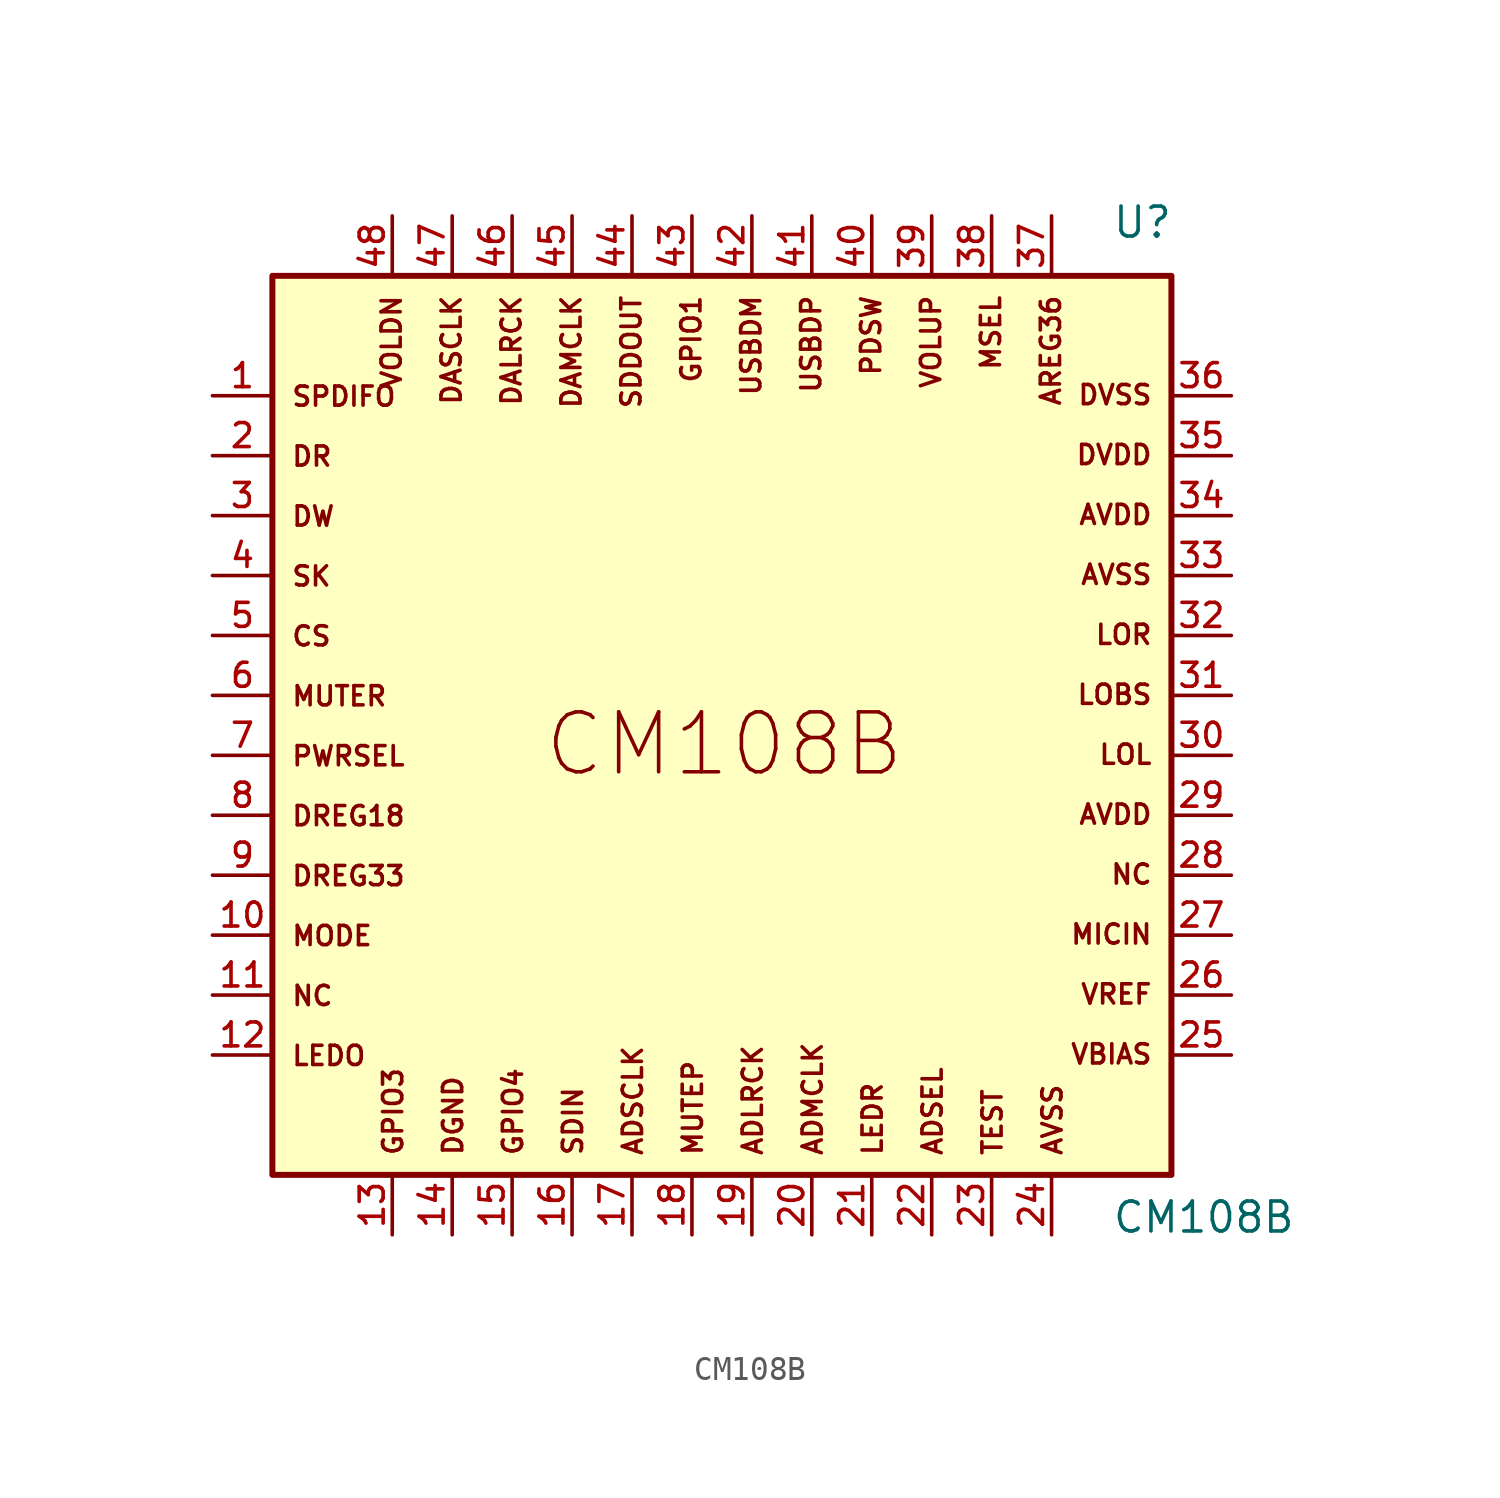
<source format=kicad_sym>
(kicad_symbol_lib
  (version 20211014)
  (generator kicad_symbol_editor)
  (symbol "CM108B"
    (pin_names
      (offset 1.016))
    (property "Reference" "U"
      (at 17.78 21.844 0)
      (effects (font (size 1.27 1.27)) (justify bottom left)))
    (property "Value" "CM108B"
      (at 17.78 -20.32 0)
      (effects (font (size 1.27 1.27)) (justify bottom left)))
    (symbol "CM108B_0_0"
      (text "SPDIFO" (at -17.018 14.732 0) (effects (font (size 0.813 0.813)) (justify bottom left)))
      (text "DR" (at -17.018 12.192 0) (effects (font (size 0.813 0.813)) (justify bottom left)))
      (text "DW" (at -17.018 9.652 0) (effects (font (size 0.813 0.813)) (justify bottom left)))
      (text "SK" (at -17.018 7.112 0) (effects (font (size 0.813 0.813)) (justify bottom left)))
      (text "CS" (at -17.018 4.572 0) (effects (font (size 0.813 0.813)) (justify bottom left)))
      (text "MUTER" (at -17.018 2.032 0) (effects (font (size 0.813 0.813)) (justify bottom left)))
      (text "PWRSEL" (at -17.018 -0.508 0) (effects (font (size 0.813 0.813)) (justify bottom left)))
      (text "DREG18" (at -17.018 -3.048 0) (effects (font (size 0.813 0.813)) (justify bottom left)))
      (text "DREG33" (at -17.018 -5.588 0) (effects (font (size 0.813 0.813)) (justify bottom left)))
      (text "MODE" (at -17.018 -8.128 0) (effects (font (size 0.813 0.813)) (justify bottom left)))
      (text "NC" (at -17.018 -10.668 0) (effects (font (size 0.813 0.813)) (justify bottom left)))
      (text "LEDO" (at -17.018 -13.208 0) (effects (font (size 0.813 0.813)) (justify bottom left)))
      (text "AVSS" (at 19.558 8.128 0) (effects (font (size 0.813 0.813)) (justify top right)))
      (text "AVDD" (at 19.558 10.668 0) (effects (font (size 0.813 0.813)) (justify top right)))
      (text "DVDD" (at 19.558 13.208 0) (effects (font (size 0.813 0.813)) (justify top right)))
      (text "DVSS" (at 19.558 15.748 0) (effects (font (size 0.813 0.813)) (justify top right)))
      (text "LOL" (at 19.558 0.508 0) (effects (font (size 0.813 0.813)) (justify top right)))
      (text "LOBS" (at 19.558 3.048 0) (effects (font (size 0.813 0.813)) (justify top right)))
      (text "LOR" (at 19.558 5.588 0) (effects (font (size 0.813 0.813)) (justify top right)))
      (text "VREF" (at 19.558 -9.652 0) (effects (font (size 0.813 0.813)) (justify top right)))
      (text "MICIN" (at 19.558 -7.112 0) (effects (font (size 0.813 0.813)) (justify top right)))
      (text "NC" (at 19.558 -4.572 0) (effects (font (size 0.813 0.813)) (justify top right)))
      (text "AVDD" (at 19.558 -2.032 0) (effects (font (size 0.813 0.813)) (justify top right)))
      (text "VBIAS" (at 19.558 -12.192 0) (effects (font (size 0.813 0.813)) (justify top right)))
      (text "DALRCK" (at -8.128 19.558 900) (effects (font (size 0.813 0.813)) (justify top right)))
      (text "DASCLK" (at -10.668 19.558 900) (effects (font (size 0.813 0.813)) (justify top right)))
      (text "SDDOUT" (at -3.048 19.558 900) (effects (font (size 0.813 0.813)) (justify top right)))
      (text "VOLDN" (at -13.208 19.558 900) (effects (font (size 0.813 0.813)) (justify top right)))
      (text "USBDM" (at 2.032 19.558 900) (effects (font (size 0.813 0.813)) (justify top right)))
      (text "GPIO1" (at -0.508 19.558 900) (effects (font (size 0.813 0.813)) (justify top right)))
      (text "DAMCLK" (at -5.588 19.558 900) (effects (font (size 0.813 0.813)) (justify top right)))
      (text "MSEL" (at 12.192 19.558 900) (effects (font (size 0.813 0.813)) (justify top right)))
      (text "VOLUP" (at 9.652 19.558 900) (effects (font (size 0.813 0.813)) (justify top right)))
      (text "PDSW" (at 7.112 19.558 900) (effects (font (size 0.813 0.813)) (justify top right)))
      (text "USBDP" (at 4.572 19.558 900) (effects (font (size 0.813 0.813)) (justify top right)))
      (text "AREG36" (at 14.732 19.558 900) (effects (font (size 0.813 0.813)) (justify top right)))
      (text "LEDR" (at 8.128 -17.018 900) (effects (font (size 0.813 0.813)) (justify bottom left)))
      (text "ADSEL" (at 10.668 -17.018 900) (effects (font (size 0.813 0.813)) (justify bottom left)))
      (text "TEST" (at 13.208 -17.018 900) (effects (font (size 0.813 0.813)) (justify bottom left)))
      (text "AVSS" (at 15.748 -17.018 900) (effects (font (size 0.813 0.813)) (justify bottom left)))
      (text "ADSCLK" (at -2.032 -17.018 900) (effects (font (size 0.813 0.813)) (justify bottom left)))
      (text "MUTEP" (at 0.508 -17.018 900) (effects (font (size 0.813 0.813)) (justify bottom left)))
      (text "ADLRCK" (at 3.048 -17.018 900) (effects (font (size 0.813 0.813)) (justify bottom left)))
      (text "ADMCLK" (at 5.588 -17.018 900) (effects (font (size 0.813 0.813)) (justify bottom left)))
      (text "DGND" (at -9.652 -17.018 900) (effects (font (size 0.813 0.813)) (justify bottom left)))
      (text "GPIO4" (at -7.112 -17.018 900) (effects (font (size 0.813 0.813)) (justify bottom left)))
      (text "SDIN" (at -4.572 -17.018 900) (effects (font (size 0.813 0.813)) (justify bottom left)))
      (text "GPIO3" (at -12.192 -17.018 900) (effects (font (size 0.813 0.813)) (justify bottom left)))
      (text "CM108B" (at -6.35 -1.016 0) (effects (font (size 2.54 2.54)) (justify bottom left)))
      (rectangle (start -17.78 -17.78) (end 20.32 20.32) (stroke (width 0.254)) (fill (type background)))
      (pin bidirectional line (at -20.32 15.24 0) (length 2.54) (name "~" (effects (font (size 1.016 1.016)))) (number "1" (effects (font (size 1.016 1.016)))))
      (pin bidirectional line (at -20.32 12.7 0) (length 2.54) (name "~" (effects (font (size 1.016 1.016)))) (number "2" (effects (font (size 1.016 1.016)))))
      (pin bidirectional line (at -20.32 10.16 0) (length 2.54) (name "~" (effects (font (size 1.016 1.016)))) (number "3" (effects (font (size 1.016 1.016)))))
      (pin bidirectional line (at -20.32 7.62 0) (length 2.54) (name "~" (effects (font (size 1.016 1.016)))) (number "4" (effects (font (size 1.016 1.016)))))
      (pin bidirectional line (at -20.32 5.08 0) (length 2.54) (name "~" (effects (font (size 1.016 1.016)))) (number "5" (effects (font (size 1.016 1.016)))))
      (pin bidirectional line (at -20.32 2.54 0) (length 2.54) (name "~" (effects (font (size 1.016 1.016)))) (number "6" (effects (font (size 1.016 1.016)))))
      (pin bidirectional line (at -20.32 0.0 0) (length 2.54) (name "~" (effects (font (size 1.016 1.016)))) (number "7" (effects (font (size 1.016 1.016)))))
      (pin bidirectional line (at -20.32 -2.54 0) (length 2.54) (name "~" (effects (font (size 1.016 1.016)))) (number "8" (effects (font (size 1.016 1.016)))))
      (pin bidirectional line (at -20.32 -5.08 0) (length 2.54) (name "~" (effects (font (size 1.016 1.016)))) (number "9" (effects (font (size 1.016 1.016)))))
      (pin bidirectional line (at -20.32 -7.62 0) (length 2.54) (name "~" (effects (font (size 1.016 1.016)))) (number "10" (effects (font (size 1.016 1.016)))))
      (pin bidirectional line (at -20.32 -10.16 0) (length 2.54) (name "~" (effects (font (size 1.016 1.016)))) (number "11" (effects (font (size 1.016 1.016)))))
      (pin bidirectional line (at -20.32 -12.7 0) (length 2.54) (name "~" (effects (font (size 1.016 1.016)))) (number "12" (effects (font (size 1.016 1.016)))))
      (pin bidirectional line (at -12.7 -20.32 90.0) (length 2.54) (name "~" (effects (font (size 1.016 1.016)))) (number "13" (effects (font (size 1.016 1.016)))))
      (pin bidirectional line (at -10.16 -20.32 90.0) (length 2.54) (name "~" (effects (font (size 1.016 1.016)))) (number "14" (effects (font (size 1.016 1.016)))))
      (pin bidirectional line (at -7.62 -20.32 90.0) (length 2.54) (name "~" (effects (font (size 1.016 1.016)))) (number "15" (effects (font (size 1.016 1.016)))))
      (pin bidirectional line (at -5.08 -20.32 90.0) (length 2.54) (name "~" (effects (font (size 1.016 1.016)))) (number "16" (effects (font (size 1.016 1.016)))))
      (pin bidirectional line (at -2.54 -20.32 90.0) (length 2.54) (name "~" (effects (font (size 1.016 1.016)))) (number "17" (effects (font (size 1.016 1.016)))))
      (pin bidirectional line (at 0.0 -20.32 90.0) (length 2.54) (name "~" (effects (font (size 1.016 1.016)))) (number "18" (effects (font (size 1.016 1.016)))))
      (pin bidirectional line (at 2.54 -20.32 90.0) (length 2.54) (name "~" (effects (font (size 1.016 1.016)))) (number "19" (effects (font (size 1.016 1.016)))))
      (pin bidirectional line (at 5.08 -20.32 90.0) (length 2.54) (name "~" (effects (font (size 1.016 1.016)))) (number "20" (effects (font (size 1.016 1.016)))))
      (pin bidirectional line (at 7.62 -20.32 90.0) (length 2.54) (name "~" (effects (font (size 1.016 1.016)))) (number "21" (effects (font (size 1.016 1.016)))))
      (pin bidirectional line (at 10.16 -20.32 90.0) (length 2.54) (name "~" (effects (font (size 1.016 1.016)))) (number "22" (effects (font (size 1.016 1.016)))))
      (pin bidirectional line (at 12.7 -20.32 90.0) (length 2.54) (name "~" (effects (font (size 1.016 1.016)))) (number "23" (effects (font (size 1.016 1.016)))))
      (pin bidirectional line (at 15.24 -20.32 90.0) (length 2.54) (name "~" (effects (font (size 1.016 1.016)))) (number "24" (effects (font (size 1.016 1.016)))))
      (pin bidirectional line (at 22.86 -12.7 180.0) (length 2.54) (name "~" (effects (font (size 1.016 1.016)))) (number "25" (effects (font (size 1.016 1.016)))))
      (pin bidirectional line (at 22.86 -10.16 180.0) (length 2.54) (name "~" (effects (font (size 1.016 1.016)))) (number "26" (effects (font (size 1.016 1.016)))))
      (pin bidirectional line (at 22.86 -7.62 180.0) (length 2.54) (name "~" (effects (font (size 1.016 1.016)))) (number "27" (effects (font (size 1.016 1.016)))))
      (pin bidirectional line (at 22.86 -5.08 180.0) (length 2.54) (name "~" (effects (font (size 1.016 1.016)))) (number "28" (effects (font (size 1.016 1.016)))))
      (pin bidirectional line (at 22.86 -2.54 180.0) (length 2.54) (name "~" (effects (font (size 1.016 1.016)))) (number "29" (effects (font (size 1.016 1.016)))))
      (pin bidirectional line (at 22.86 0.0 180.0) (length 2.54) (name "~" (effects (font (size 1.016 1.016)))) (number "30" (effects (font (size 1.016 1.016)))))
      (pin bidirectional line (at 22.86 2.54 180.0) (length 2.54) (name "~" (effects (font (size 1.016 1.016)))) (number "31" (effects (font (size 1.016 1.016)))))
      (pin bidirectional line (at 22.86 5.08 180.0) (length 2.54) (name "~" (effects (font (size 1.016 1.016)))) (number "32" (effects (font (size 1.016 1.016)))))
      (pin bidirectional line (at 22.86 7.62 180.0) (length 2.54) (name "~" (effects (font (size 1.016 1.016)))) (number "33" (effects (font (size 1.016 1.016)))))
      (pin bidirectional line (at 22.86 10.16 180.0) (length 2.54) (name "~" (effects (font (size 1.016 1.016)))) (number "34" (effects (font (size 1.016 1.016)))))
      (pin bidirectional line (at 22.86 12.7 180.0) (length 2.54) (name "~" (effects (font (size 1.016 1.016)))) (number "35" (effects (font (size 1.016 1.016)))))
      (pin bidirectional line (at 22.86 15.24 180.0) (length 2.54) (name "~" (effects (font (size 1.016 1.016)))) (number "36" (effects (font (size 1.016 1.016)))))
      (pin bidirectional line (at 15.24 22.86 270.0) (length 2.54) (name "~" (effects (font (size 1.016 1.016)))) (number "37" (effects (font (size 1.016 1.016)))))
      (pin bidirectional line (at 12.7 22.86 270.0) (length 2.54) (name "~" (effects (font (size 1.016 1.016)))) (number "38" (effects (font (size 1.016 1.016)))))
      (pin bidirectional line (at 10.16 22.86 270.0) (length 2.54) (name "~" (effects (font (size 1.016 1.016)))) (number "39" (effects (font (size 1.016 1.016)))))
      (pin bidirectional line (at 7.62 22.86 270.0) (length 2.54) (name "~" (effects (font (size 1.016 1.016)))) (number "40" (effects (font (size 1.016 1.016)))))
      (pin bidirectional line (at 5.08 22.86 270.0) (length 2.54) (name "~" (effects (font (size 1.016 1.016)))) (number "41" (effects (font (size 1.016 1.016)))))
      (pin bidirectional line (at 2.54 22.86 270.0) (length 2.54) (name "~" (effects (font (size 1.016 1.016)))) (number "42" (effects (font (size 1.016 1.016)))))
      (pin bidirectional line (at 0.0 22.86 270.0) (length 2.54) (name "~" (effects (font (size 1.016 1.016)))) (number "43" (effects (font (size 1.016 1.016)))))
      (pin bidirectional line (at -2.54 22.86 270.0) (length 2.54) (name "~" (effects (font (size 1.016 1.016)))) (number "44" (effects (font (size 1.016 1.016)))))
      (pin bidirectional line (at -5.08 22.86 270.0) (length 2.54) (name "~" (effects (font (size 1.016 1.016)))) (number "45" (effects (font (size 1.016 1.016)))))
      (pin bidirectional line (at -7.62 22.86 270.0) (length 2.54) (name "~" (effects (font (size 1.016 1.016)))) (number "46" (effects (font (size 1.016 1.016)))))
      (pin bidirectional line (at -10.16 22.86 270.0) (length 2.54) (name "~" (effects (font (size 1.016 1.016)))) (number "47" (effects (font (size 1.016 1.016)))))
      (pin bidirectional line (at -12.7 22.86 270.0) (length 2.54) (name "~" (effects (font (size 1.016 1.016)))) (number "48" (effects (font (size 1.016 1.016))))))))
</source>
